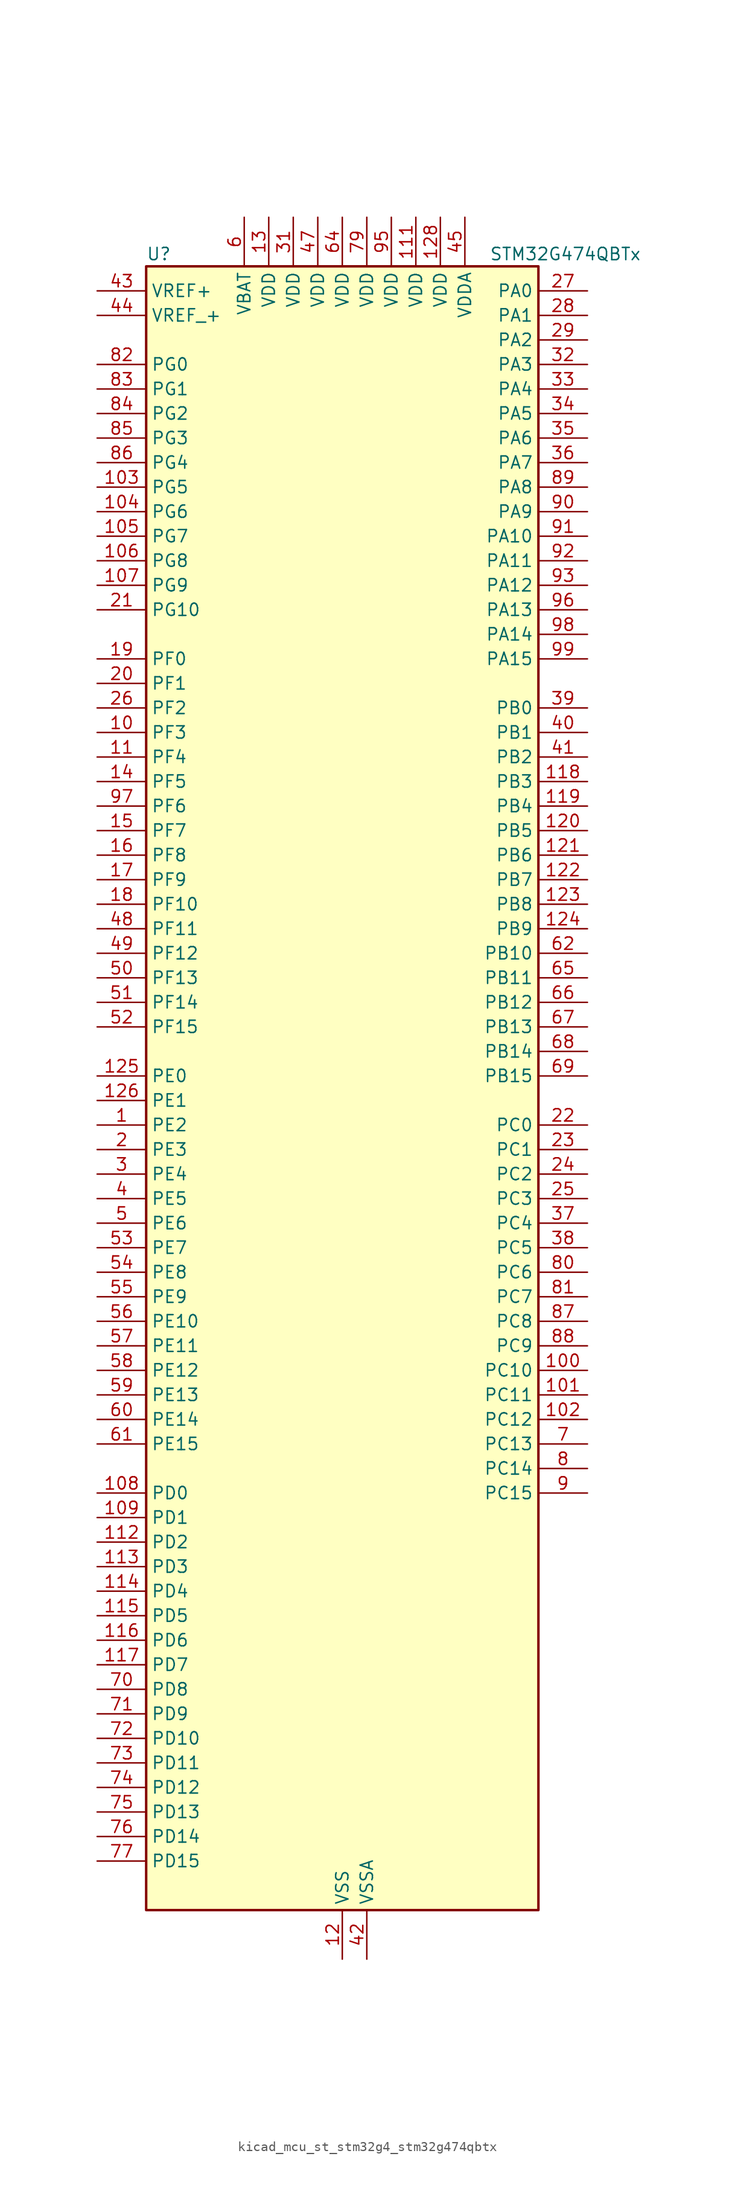
<source format=kicad_sym>
(kicad_symbol_lib
  (version 20220914)
  (generator kicad_symbol_editor)
  (symbol "kicad_mcu_st_stm32g4_stm32g474qbtx"
    (property "Reference" "U"
      (at -20.32 87.63 0)
      (effects (font (size 1.27 1.27)) (justify left)))
    (property "Value" "STM32G474QBTx"
      (at 15.24 87.63 0)
      (effects (font (size 1.27 1.27)) (justify left)))
    (property "ki_locked" ""
      (at 0 0 0)
      (effects (font (size 1.27 1.27))))
    (symbol "kicad_mcu_st_stm32g4_stm32g474qbtx_0_1"
      (rectangle (start -20.32 -83.82) (end 20.32 86.36) (stroke (width 0.254) (type default)) (fill (type background))))
    (symbol "kicad_mcu_st_stm32g4_stm32g474qbtx_1_1"
      (pin bidirectional line (at -25.4 -2.54 0) (length 5.08) (name "PE2" (effects (font (size 1.27 1.27)))) (number "1" (effects (font (size 1.27 1.27)))) (alternate "ADC3_EXTI2" bidirectional line) (alternate "ADC4_EXTI2" bidirectional line) (alternate "ADC5_EXTI2" bidirectional line) (alternate "FMC_A23" bidirectional line) (alternate "SAI1_CK1" bidirectional line) (alternate "SAI1_MCLK_A" bidirectional line) (alternate "SPI4_SCK" bidirectional line) (alternate "SYS_TRACECLK" bidirectional line) (alternate "TIM20_CH1" bidirectional line) (alternate "TIM3_CH1" bidirectional line))
      (pin bidirectional line (at -25.4 38.1 0) (length 5.08) (name "PF3" (effects (font (size 1.27 1.27)))) (number "10" (effects (font (size 1.27 1.27)))) (alternate "ADC3_EXTI3" bidirectional line) (alternate "ADC4_EXTI3" bidirectional line) (alternate "ADC5_EXTI3" bidirectional line) (alternate "FMC_A3" bidirectional line) (alternate "I2C3_SCL" bidirectional line) (alternate "TIM20_CH4" bidirectional line))
      (pin bidirectional line (at 25.4 -27.94 180) (length 5.08) (name "PC10" (effects (font (size 1.27 1.27)))) (number "100" (effects (font (size 1.27 1.27)))) (alternate "DAC1_EXTI10" bidirectional line) (alternate "DAC2_EXTI10" bidirectional line) (alternate "DAC3_EXTI10" bidirectional line) (alternate "DAC4_EXTI10" bidirectional line) (alternate "HRTIM1_FLT6" bidirectional line) (alternate "I2S3_CK" bidirectional line) (alternate "SPI3_SCK" bidirectional line) (alternate "TIM8_CH1N" bidirectional line) (alternate "UART4_TX" bidirectional line) (alternate "USART3_TX" bidirectional line))
      (pin bidirectional line (at 25.4 -30.48 180) (length 5.08) (name "PC11" (effects (font (size 1.27 1.27)))) (number "101" (effects (font (size 1.27 1.27)))) (alternate "ADC1_EXTI11" bidirectional line) (alternate "ADC2_EXTI11" bidirectional line) (alternate "HRTIM1_EEV2" bidirectional line) (alternate "I2C3_SDA" bidirectional line) (alternate "SPI3_MISO" bidirectional line) (alternate "TIM8_CH2N" bidirectional line) (alternate "UART4_RX" bidirectional line) (alternate "USART3_RX" bidirectional line))
      (pin bidirectional line (at 25.4 -33.02 180) (length 5.08) (name "PC12" (effects (font (size 1.27 1.27)))) (number "102" (effects (font (size 1.27 1.27)))) (alternate "HRTIM1_EEV1" bidirectional line) (alternate "I2S3_SD" bidirectional line) (alternate "SPI3_MOSI" bidirectional line) (alternate "TIM5_CH2" bidirectional line) (alternate "TIM8_CH3N" bidirectional line) (alternate "UART5_TX" bidirectional line) (alternate "UCPD1_FRSTX1" bidirectional line) (alternate "UCPD1_FRSTX2" bidirectional line) (alternate "USART3_CK" bidirectional line))
      (pin bidirectional line (at -25.4 63.5 0) (length 5.08) (name "PG5" (effects (font (size 1.27 1.27)))) (number "103" (effects (font (size 1.27 1.27)))) (alternate "FMC_A15" bidirectional line) (alternate "LPUART1_CTS" bidirectional line) (alternate "SPI1_NSS" bidirectional line) (alternate "TIM20_ETR" bidirectional line))
      (pin bidirectional line (at -25.4 60.96 0) (length 5.08) (name "PG6" (effects (font (size 1.27 1.27)))) (number "104" (effects (font (size 1.27 1.27)))) (alternate "FMC_INT" bidirectional line) (alternate "I2C3_SMBA" bidirectional line) (alternate "LPUART1_DE" bidirectional line) (alternate "LPUART1_RTS" bidirectional line) (alternate "TIM20_BKIN" bidirectional line))
      (pin bidirectional line (at -25.4 58.42 0) (length 5.08) (name "PG7" (effects (font (size 1.27 1.27)))) (number "105" (effects (font (size 1.27 1.27)))) (alternate "FMC_INT" bidirectional line) (alternate "I2C3_SCL" bidirectional line) (alternate "LPUART1_TX" bidirectional line) (alternate "SAI1_CK1" bidirectional line) (alternate "SAI1_MCLK_A" bidirectional line))
      (pin bidirectional line (at -25.4 55.88 0) (length 5.08) (name "PG8" (effects (font (size 1.27 1.27)))) (number "106" (effects (font (size 1.27 1.27)))) (alternate "FMC_NE3" bidirectional line) (alternate "I2C3_SDA" bidirectional line) (alternate "LPUART1_RX" bidirectional line))
      (pin bidirectional line (at -25.4 53.34 0) (length 5.08) (name "PG9" (effects (font (size 1.27 1.27)))) (number "107" (effects (font (size 1.27 1.27)))) (alternate "DAC1_EXTI9" bidirectional line) (alternate "DAC2_EXTI9" bidirectional line) (alternate "DAC3_EXTI9" bidirectional line) (alternate "DAC4_EXTI9" bidirectional line) (alternate "FMC_NCE" bidirectional line) (alternate "FMC_NE2" bidirectional line) (alternate "SPI3_SCK" bidirectional line) (alternate "TIM15_CH1N" bidirectional line) (alternate "USART1_TX" bidirectional line))
      (pin bidirectional line (at -25.4 -40.64 0) (length 5.08) (name "PD0" (effects (font (size 1.27 1.27)))) (number "108" (effects (font (size 1.27 1.27)))) (alternate "FDCAN1_RX" bidirectional line) (alternate "FMC_D2" bidirectional line) (alternate "FMC_DA2" bidirectional line) (alternate "TIM8_CH4N" bidirectional line))
      (pin bidirectional line (at -25.4 -43.18 0) (length 5.08) (name "PD1" (effects (font (size 1.27 1.27)))) (number "109" (effects (font (size 1.27 1.27)))) (alternate "FDCAN1_TX" bidirectional line) (alternate "FMC_D3" bidirectional line) (alternate "FMC_DA3" bidirectional line) (alternate "TIM8_BKIN2" bidirectional line) (alternate "TIM8_CH4" bidirectional line))
      (pin bidirectional line (at -25.4 35.56 0) (length 5.08) (name "PF4" (effects (font (size 1.27 1.27)))) (number "11" (effects (font (size 1.27 1.27)))) (alternate "COMP1_OUT" bidirectional line) (alternate "FMC_A4" bidirectional line) (alternate "I2C3_SDA" bidirectional line) (alternate "TIM20_CH1N" bidirectional line))
      (pin passive line (at 0 -88.9 90) (length 5.08) hide (name "VSS" (effects (font (size 1.27 1.27)))) (number "110" (effects (font (size 1.27 1.27)))))
      (pin power_in line (at 7.62 91.44 270) (length 5.08) (name "VDD" (effects (font (size 1.27 1.27)))) (number "111" (effects (font (size 1.27 1.27)))))
      (pin bidirectional line (at -25.4 -45.72 0) (length 5.08) (name "PD2" (effects (font (size 1.27 1.27)))) (number "112" (effects (font (size 1.27 1.27)))) (alternate "ADC3_EXTI2" bidirectional line) (alternate "ADC4_EXTI2" bidirectional line) (alternate "ADC5_EXTI2" bidirectional line) (alternate "TIM3_ETR" bidirectional line) (alternate "TIM8_BKIN" bidirectional line) (alternate "UART5_RX" bidirectional line))
      (pin bidirectional line (at -25.4 -48.26 0) (length 5.08) (name "PD3" (effects (font (size 1.27 1.27)))) (number "113" (effects (font (size 1.27 1.27)))) (alternate "ADC3_EXTI3" bidirectional line) (alternate "ADC4_EXTI3" bidirectional line) (alternate "ADC5_EXTI3" bidirectional line) (alternate "FMC_CLK" bidirectional line) (alternate "QUADSPI1_BK2_NCS" bidirectional line) (alternate "TIM2_CH1" bidirectional line) (alternate "TIM2_ETR" bidirectional line) (alternate "USART2_CTS" bidirectional line) (alternate "USART2_NSS" bidirectional line))
      (pin bidirectional line (at -25.4 -50.8 0) (length 5.08) (name "PD4" (effects (font (size 1.27 1.27)))) (number "114" (effects (font (size 1.27 1.27)))) (alternate "FMC_NOE" bidirectional line) (alternate "QUADSPI1_BK2_IO0" bidirectional line) (alternate "TIM2_CH2" bidirectional line) (alternate "USART2_DE" bidirectional line) (alternate "USART2_RTS" bidirectional line))
      (pin bidirectional line (at -25.4 -53.34 0) (length 5.08) (name "PD5" (effects (font (size 1.27 1.27)))) (number "115" (effects (font (size 1.27 1.27)))) (alternate "FMC_NWE" bidirectional line) (alternate "QUADSPI1_BK2_IO1" bidirectional line) (alternate "USART2_TX" bidirectional line))
      (pin bidirectional line (at -25.4 -55.88 0) (length 5.08) (name "PD6" (effects (font (size 1.27 1.27)))) (number "116" (effects (font (size 1.27 1.27)))) (alternate "FMC_NWAIT" bidirectional line) (alternate "QUADSPI1_BK2_IO2" bidirectional line) (alternate "SAI1_D1" bidirectional line) (alternate "SAI1_SD_A" bidirectional line) (alternate "TIM2_CH4" bidirectional line) (alternate "USART2_RX" bidirectional line))
      (pin bidirectional line (at -25.4 -58.42 0) (length 5.08) (name "PD7" (effects (font (size 1.27 1.27)))) (number "117" (effects (font (size 1.27 1.27)))) (alternate "FMC_NCE" bidirectional line) (alternate "FMC_NE1" bidirectional line) (alternate "QUADSPI1_BK2_IO3" bidirectional line) (alternate "TIM2_CH3" bidirectional line) (alternate "USART2_CK" bidirectional line))
      (pin bidirectional line (at 25.4 33.02 180) (length 5.08) (name "PB3" (effects (font (size 1.27 1.27)))) (number "118" (effects (font (size 1.27 1.27)))) (alternate "ADC3_EXTI3" bidirectional line) (alternate "ADC4_EXTI3" bidirectional line) (alternate "ADC5_EXTI3" bidirectional line) (alternate "CRS_SYNC" bidirectional line) (alternate "FDCAN3_RX" bidirectional line) (alternate "HRTIM1_EEV9" bidirectional line) (alternate "HRTIM1_SCOUT" bidirectional line) (alternate "I2S3_CK" bidirectional line) (alternate "SAI1_SCK_B" bidirectional line) (alternate "SPI1_SCK" bidirectional line) (alternate "SPI3_SCK" bidirectional line) (alternate "SYS_JTDO-SWO" bidirectional line) (alternate "TIM2_CH2" bidirectional line) (alternate "TIM3_ETR" bidirectional line) (alternate "TIM4_ETR" bidirectional line) (alternate "TIM8_CH1N" bidirectional line) (alternate "USART2_TX" bidirectional line))
      (pin bidirectional line (at 25.4 30.48 180) (length 5.08) (name "PB4" (effects (font (size 1.27 1.27)))) (number "119" (effects (font (size 1.27 1.27)))) (alternate "FDCAN3_TX" bidirectional line) (alternate "HRTIM1_EEV7" bidirectional line) (alternate "SAI1_MCLK_B" bidirectional line) (alternate "SPI1_MISO" bidirectional line) (alternate "SPI3_MISO" bidirectional line) (alternate "SYS_JTRST" bidirectional line) (alternate "TIM16_CH1" bidirectional line) (alternate "TIM17_BKIN" bidirectional line) (alternate "TIM3_CH1" bidirectional line) (alternate "TIM8_CH2N" bidirectional line) (alternate "UART5_DE" bidirectional line) (alternate "UART5_RTS" bidirectional line) (alternate "UCPD1_CC2" bidirectional line) (alternate "USART2_RX" bidirectional line))
      (pin power_in line (at 0 -88.9 90) (length 5.08) (name "VSS" (effects (font (size 1.27 1.27)))) (number "12" (effects (font (size 1.27 1.27)))))
      (pin bidirectional line (at 25.4 27.94 180) (length 5.08) (name "PB5" (effects (font (size 1.27 1.27)))) (number "120" (effects (font (size 1.27 1.27)))) (alternate "FDCAN2_RX" bidirectional line) (alternate "HRTIM1_EEV6" bidirectional line) (alternate "I2C1_SMBA" bidirectional line) (alternate "I2C3_SDA" bidirectional line) (alternate "I2S3_SD" bidirectional line) (alternate "LPTIM1_IN1" bidirectional line) (alternate "SAI1_SD_B" bidirectional line) (alternate "SPI1_MOSI" bidirectional line) (alternate "SPI3_MOSI" bidirectional line) (alternate "TIM16_BKIN" bidirectional line) (alternate "TIM17_CH1" bidirectional line) (alternate "TIM3_CH2" bidirectional line) (alternate "TIM8_CH3N" bidirectional line) (alternate "UART5_CTS" bidirectional line) (alternate "USART2_CK" bidirectional line))
      (pin bidirectional line (at 25.4 25.4 180) (length 5.08) (name "PB6" (effects (font (size 1.27 1.27)))) (number "121" (effects (font (size 1.27 1.27)))) (alternate "COMP4_OUT" bidirectional line) (alternate "FDCAN2_TX" bidirectional line) (alternate "HRTIM1_EEV4" bidirectional line) (alternate "HRTIM1_SCIN" bidirectional line) (alternate "LPTIM1_ETR" bidirectional line) (alternate "SAI1_FS_B" bidirectional line) (alternate "TIM16_CH1N" bidirectional line) (alternate "TIM4_CH1" bidirectional line) (alternate "TIM8_BKIN2" bidirectional line) (alternate "TIM8_CH1" bidirectional line) (alternate "TIM8_ETR" bidirectional line) (alternate "UCPD1_CC1" bidirectional line) (alternate "USART1_TX" bidirectional line))
      (pin bidirectional line (at 25.4 22.86 180) (length 5.08) (name "PB7" (effects (font (size 1.27 1.27)))) (number "122" (effects (font (size 1.27 1.27)))) (alternate "COMP3_OUT" bidirectional line) (alternate "FMC_NL" bidirectional line) (alternate "HRTIM1_EEV3" bidirectional line) (alternate "I2C1_SDA" bidirectional line) (alternate "I2C4_SDA" bidirectional line) (alternate "LPTIM1_IN2" bidirectional line) (alternate "SYS_PVD_IN" bidirectional line) (alternate "TIM17_CH1N" bidirectional line) (alternate "TIM3_CH4" bidirectional line) (alternate "TIM4_CH2" bidirectional line) (alternate "TIM8_BKIN" bidirectional line) (alternate "UART4_CTS" bidirectional line) (alternate "USART1_RX" bidirectional line))
      (pin bidirectional line (at 25.4 20.32 180) (length 5.08) (name "PB8" (effects (font (size 1.27 1.27)))) (number "123" (effects (font (size 1.27 1.27)))) (alternate "COMP1_OUT" bidirectional line) (alternate "FDCAN1_RX" bidirectional line) (alternate "HRTIM1_EEV8" bidirectional line) (alternate "I2C1_SCL" bidirectional line) (alternate "SAI1_CK1" bidirectional line) (alternate "SAI1_MCLK_A" bidirectional line) (alternate "TIM16_CH1" bidirectional line) (alternate "TIM1_BKIN" bidirectional line) (alternate "TIM4_CH3" bidirectional line) (alternate "TIM8_CH2" bidirectional line) (alternate "USART3_RX" bidirectional line))
      (pin bidirectional line (at 25.4 17.78 180) (length 5.08) (name "PB9" (effects (font (size 1.27 1.27)))) (number "124" (effects (font (size 1.27 1.27)))) (alternate "COMP2_OUT" bidirectional line) (alternate "DAC1_EXTI9" bidirectional line) (alternate "DAC2_EXTI9" bidirectional line) (alternate "DAC3_EXTI9" bidirectional line) (alternate "DAC4_EXTI9" bidirectional line) (alternate "FDCAN1_TX" bidirectional line) (alternate "HRTIM1_EEV5" bidirectional line) (alternate "I2C1_SDA" bidirectional line) (alternate "IR_OUT" bidirectional line) (alternate "SAI1_D2" bidirectional line) (alternate "SAI1_FS_A" bidirectional line) (alternate "TIM17_CH1" bidirectional line) (alternate "TIM1_CH3N" bidirectional line) (alternate "TIM4_CH4" bidirectional line) (alternate "TIM8_CH3" bidirectional line) (alternate "USART3_TX" bidirectional line))
      (pin bidirectional line (at -25.4 2.54 0) (length 5.08) (name "PE0" (effects (font (size 1.27 1.27)))) (number "125" (effects (font (size 1.27 1.27)))) (alternate "FMC_NBL0" bidirectional line) (alternate "TIM16_CH1" bidirectional line) (alternate "TIM20_CH4N" bidirectional line) (alternate "TIM20_ETR" bidirectional line) (alternate "TIM4_ETR" bidirectional line) (alternate "USART1_TX" bidirectional line))
      (pin bidirectional line (at -25.4 0 0) (length 5.08) (name "PE1" (effects (font (size 1.27 1.27)))) (number "126" (effects (font (size 1.27 1.27)))) (alternate "FMC_NBL1" bidirectional line) (alternate "TIM17_CH1" bidirectional line) (alternate "TIM20_CH4" bidirectional line) (alternate "USART1_RX" bidirectional line))
      (pin passive line (at 0 -88.9 90) (length 5.08) hide (name "VSS" (effects (font (size 1.27 1.27)))) (number "127" (effects (font (size 1.27 1.27)))))
      (pin power_in line (at 10.16 91.44 270) (length 5.08) (name "VDD" (effects (font (size 1.27 1.27)))) (number "128" (effects (font (size 1.27 1.27)))))
      (pin power_in line (at -7.62 91.44 270) (length 5.08) (name "VDD" (effects (font (size 1.27 1.27)))) (number "13" (effects (font (size 1.27 1.27)))))
      (pin bidirectional line (at -25.4 33.02 0) (length 5.08) (name "PF5" (effects (font (size 1.27 1.27)))) (number "14" (effects (font (size 1.27 1.27)))) (alternate "FMC_A5" bidirectional line) (alternate "TIM20_CH2N" bidirectional line))
      (pin bidirectional line (at -25.4 27.94 0) (length 5.08) (name "PF7" (effects (font (size 1.27 1.27)))) (number "15" (effects (font (size 1.27 1.27)))) (alternate "FMC_A1" bidirectional line) (alternate "QUADSPI1_BK1_IO2" bidirectional line) (alternate "SAI1_MCLK_B" bidirectional line) (alternate "TIM20_BKIN" bidirectional line) (alternate "TIM5_CH2" bidirectional line))
      (pin bidirectional line (at -25.4 25.4 0) (length 5.08) (name "PF8" (effects (font (size 1.27 1.27)))) (number "16" (effects (font (size 1.27 1.27)))) (alternate "FMC_A24" bidirectional line) (alternate "QUADSPI1_BK1_IO0" bidirectional line) (alternate "SAI1_SCK_B" bidirectional line) (alternate "TIM20_BKIN2" bidirectional line) (alternate "TIM5_CH3" bidirectional line))
      (pin bidirectional line (at -25.4 22.86 0) (length 5.08) (name "PF9" (effects (font (size 1.27 1.27)))) (number "17" (effects (font (size 1.27 1.27)))) (alternate "DAC1_EXTI9" bidirectional line) (alternate "DAC2_EXTI9" bidirectional line) (alternate "DAC3_EXTI9" bidirectional line) (alternate "DAC4_EXTI9" bidirectional line) (alternate "FMC_A25" bidirectional line) (alternate "QUADSPI1_BK1_IO1" bidirectional line) (alternate "SAI1_FS_B" bidirectional line) (alternate "SPI2_SCK" bidirectional line) (alternate "TIM15_CH1" bidirectional line) (alternate "TIM20_BKIN" bidirectional line) (alternate "TIM5_CH4" bidirectional line))
      (pin bidirectional line (at -25.4 20.32 0) (length 5.08) (name "PF10" (effects (font (size 1.27 1.27)))) (number "18" (effects (font (size 1.27 1.27)))) (alternate "DAC1_EXTI10" bidirectional line) (alternate "DAC2_EXTI10" bidirectional line) (alternate "DAC3_EXTI10" bidirectional line) (alternate "DAC4_EXTI10" bidirectional line) (alternate "FMC_A0" bidirectional line) (alternate "QUADSPI1_CLK" bidirectional line) (alternate "SAI1_D3" bidirectional line) (alternate "SPI2_SCK" bidirectional line) (alternate "TIM15_CH2" bidirectional line) (alternate "TIM20_BKIN2" bidirectional line))
      (pin bidirectional line (at -25.4 45.72 0) (length 5.08) (name "PF0" (effects (font (size 1.27 1.27)))) (number "19" (effects (font (size 1.27 1.27)))) (alternate "ADC1_IN10" bidirectional line) (alternate "I2C2_SDA" bidirectional line) (alternate "I2S2_WS" bidirectional line) (alternate "RCC_OSC_IN" bidirectional line) (alternate "SPI2_NSS" bidirectional line) (alternate "TIM1_CH3N" bidirectional line))
      (pin bidirectional line (at -25.4 -5.08 0) (length 5.08) (name "PE3" (effects (font (size 1.27 1.27)))) (number "2" (effects (font (size 1.27 1.27)))) (alternate "ADC3_EXTI3" bidirectional line) (alternate "ADC4_EXTI3" bidirectional line) (alternate "ADC5_EXTI3" bidirectional line) (alternate "FMC_A19" bidirectional line) (alternate "SAI1_SD_B" bidirectional line) (alternate "SPI4_NSS" bidirectional line) (alternate "SYS_TRACED0" bidirectional line) (alternate "TIM20_CH2" bidirectional line) (alternate "TIM3_CH2" bidirectional line))
      (pin bidirectional line (at -25.4 43.18 0) (length 5.08) (name "PF1" (effects (font (size 1.27 1.27)))) (number "20" (effects (font (size 1.27 1.27)))) (alternate "ADC2_IN10" bidirectional line) (alternate "COMP3_INM" bidirectional line) (alternate "I2S2_CK" bidirectional line) (alternate "RCC_OSC_OUT" bidirectional line) (alternate "SPI2_SCK" bidirectional line))
      (pin bidirectional line (at -25.4 50.8 0) (length 5.08) (name "PG10" (effects (font (size 1.27 1.27)))) (number "21" (effects (font (size 1.27 1.27)))) (alternate "DAC1_EXTI10" bidirectional line) (alternate "DAC2_EXTI10" bidirectional line) (alternate "DAC3_EXTI10" bidirectional line) (alternate "DAC4_EXTI10" bidirectional line) (alternate "RCC_MCO" bidirectional line))
      (pin bidirectional line (at 25.4 -2.54 180) (length 5.08) (name "PC0" (effects (font (size 1.27 1.27)))) (number "22" (effects (font (size 1.27 1.27)))) (alternate "ADC1_IN6" bidirectional line) (alternate "ADC2_IN6" bidirectional line) (alternate "COMP3_INM" bidirectional line) (alternate "LPTIM1_IN1" bidirectional line) (alternate "LPUART1_RX" bidirectional line) (alternate "TIM1_CH1" bidirectional line))
      (pin bidirectional line (at 25.4 -5.08 180) (length 5.08) (name "PC1" (effects (font (size 1.27 1.27)))) (number "23" (effects (font (size 1.27 1.27)))) (alternate "ADC1_IN7" bidirectional line) (alternate "ADC2_IN7" bidirectional line) (alternate "COMP3_INP" bidirectional line) (alternate "LPTIM1_OUT" bidirectional line) (alternate "LPUART1_TX" bidirectional line) (alternate "QUADSPI1_BK2_IO0" bidirectional line) (alternate "SAI1_SD_A" bidirectional line) (alternate "TIM1_CH2" bidirectional line))
      (pin bidirectional line (at 25.4 -7.62 180) (length 5.08) (name "PC2" (effects (font (size 1.27 1.27)))) (number "24" (effects (font (size 1.27 1.27)))) (alternate "ADC1_IN8" bidirectional line) (alternate "ADC2_IN8" bidirectional line) (alternate "ADC3_EXTI2" bidirectional line) (alternate "ADC4_EXTI2" bidirectional line) (alternate "ADC5_EXTI2" bidirectional line) (alternate "COMP3_OUT" bidirectional line) (alternate "LPTIM1_IN2" bidirectional line) (alternate "QUADSPI1_BK2_IO1" bidirectional line) (alternate "TIM1_CH3" bidirectional line) (alternate "TIM20_CH2" bidirectional line))
      (pin bidirectional line (at 25.4 -10.16 180) (length 5.08) (name "PC3" (effects (font (size 1.27 1.27)))) (number "25" (effects (font (size 1.27 1.27)))) (alternate "ADC1_IN9" bidirectional line) (alternate "ADC2_IN9" bidirectional line) (alternate "ADC3_EXTI3" bidirectional line) (alternate "ADC4_EXTI3" bidirectional line) (alternate "ADC5_EXTI3" bidirectional line) (alternate "LPTIM1_ETR" bidirectional line) (alternate "OPAMP5_VINP" bidirectional line) (alternate "OPAMP5_VINP_SEC" bidirectional line) (alternate "QUADSPI1_BK2_IO2" bidirectional line) (alternate "SAI1_D1" bidirectional line) (alternate "SAI1_SD_A" bidirectional line) (alternate "TIM1_BKIN2" bidirectional line) (alternate "TIM1_CH4" bidirectional line))
      (pin bidirectional line (at -25.4 40.64 0) (length 5.08) (name "PF2" (effects (font (size 1.27 1.27)))) (number "26" (effects (font (size 1.27 1.27)))) (alternate "ADC3_EXTI2" bidirectional line) (alternate "ADC4_EXTI2" bidirectional line) (alternate "ADC5_EXTI2" bidirectional line) (alternate "FMC_A2" bidirectional line) (alternate "I2C2_SMBA" bidirectional line) (alternate "TIM20_CH3" bidirectional line))
      (pin bidirectional line (at 25.4 83.82 180) (length 5.08) (name "PA0" (effects (font (size 1.27 1.27)))) (number "27" (effects (font (size 1.27 1.27)))) (alternate "ADC1_IN1" bidirectional line) (alternate "ADC2_IN1" bidirectional line) (alternate "COMP1_INM" bidirectional line) (alternate "COMP1_OUT" bidirectional line) (alternate "COMP3_INP" bidirectional line) (alternate "RTC_TAMP2" bidirectional line) (alternate "SYS_WKUP1" bidirectional line) (alternate "TIM2_CH1" bidirectional line) (alternate "TIM2_ETR" bidirectional line) (alternate "TIM5_CH1" bidirectional line) (alternate "TIM8_BKIN" bidirectional line) (alternate "TIM8_ETR" bidirectional line) (alternate "USART2_CTS" bidirectional line) (alternate "USART2_NSS" bidirectional line))
      (pin bidirectional line (at 25.4 81.28 180) (length 5.08) (name "PA1" (effects (font (size 1.27 1.27)))) (number "28" (effects (font (size 1.27 1.27)))) (alternate "ADC1_IN2" bidirectional line) (alternate "ADC2_IN2" bidirectional line) (alternate "COMP1_INP" bidirectional line) (alternate "OPAMP1_VINP" bidirectional line) (alternate "OPAMP1_VINP_SEC" bidirectional line) (alternate "OPAMP3_VINP" bidirectional line) (alternate "OPAMP3_VINP_SEC" bidirectional line) (alternate "OPAMP6_VINM" bidirectional line) (alternate "OPAMP6_VINM0" bidirectional line) (alternate "OPAMP6_VINM_SEC" bidirectional line) (alternate "RTC_REFIN" bidirectional line) (alternate "TIM15_CH1N" bidirectional line) (alternate "TIM2_CH2" bidirectional line) (alternate "TIM5_CH2" bidirectional line) (alternate "USART2_DE" bidirectional line) (alternate "USART2_RTS" bidirectional line))
      (pin bidirectional line (at 25.4 78.74 180) (length 5.08) (name "PA2" (effects (font (size 1.27 1.27)))) (number "29" (effects (font (size 1.27 1.27)))) (alternate "ADC1_IN3" bidirectional line) (alternate "ADC3_EXTI2" bidirectional line) (alternate "ADC4_EXTI2" bidirectional line) (alternate "ADC5_EXTI2" bidirectional line) (alternate "COMP2_INM" bidirectional line) (alternate "COMP2_OUT" bidirectional line) (alternate "LPUART1_TX" bidirectional line) (alternate "OPAMP1_VOUT" bidirectional line) (alternate "QUADSPI1_BK1_NCS" bidirectional line) (alternate "RCC_LSCO" bidirectional line) (alternate "SYS_WKUP4" bidirectional line) (alternate "TIM15_CH1" bidirectional line) (alternate "TIM2_CH3" bidirectional line) (alternate "TIM5_CH3" bidirectional line) (alternate "UCPD1_FRSTX1" bidirectional line) (alternate "UCPD1_FRSTX2" bidirectional line) (alternate "USART2_TX" bidirectional line))
      (pin bidirectional line (at -25.4 -7.62 0) (length 5.08) (name "PE4" (effects (font (size 1.27 1.27)))) (number "3" (effects (font (size 1.27 1.27)))) (alternate "FMC_A20" bidirectional line) (alternate "SAI1_D2" bidirectional line) (alternate "SAI1_FS_A" bidirectional line) (alternate "SPI4_NSS" bidirectional line) (alternate "SYS_TRACED1" bidirectional line) (alternate "TIM20_CH1N" bidirectional line) (alternate "TIM3_CH3" bidirectional line))
      (pin passive line (at 0 -88.9 90) (length 5.08) hide (name "VSS" (effects (font (size 1.27 1.27)))) (number "30" (effects (font (size 1.27 1.27)))))
      (pin power_in line (at -5.08 91.44 270) (length 5.08) (name "VDD" (effects (font (size 1.27 1.27)))) (number "31" (effects (font (size 1.27 1.27)))))
      (pin bidirectional line (at 25.4 76.2 180) (length 5.08) (name "PA3" (effects (font (size 1.27 1.27)))) (number "32" (effects (font (size 1.27 1.27)))) (alternate "ADC1_IN4" bidirectional line) (alternate "ADC3_EXTI3" bidirectional line) (alternate "ADC4_EXTI3" bidirectional line) (alternate "ADC5_EXTI3" bidirectional line) (alternate "COMP2_INP" bidirectional line) (alternate "LPUART1_RX" bidirectional line) (alternate "OPAMP1_VINM" bidirectional line) (alternate "OPAMP1_VINM0" bidirectional line) (alternate "OPAMP1_VINM_SEC" bidirectional line) (alternate "OPAMP1_VINP" bidirectional line) (alternate "OPAMP1_VINP_SEC" bidirectional line) (alternate "OPAMP5_VINM" bidirectional line) (alternate "OPAMP5_VINM1" bidirectional line) (alternate "OPAMP5_VINM_SEC" bidirectional line) (alternate "QUADSPI1_CLK" bidirectional line) (alternate "SAI1_CK1" bidirectional line) (alternate "SAI1_MCLK_A" bidirectional line) (alternate "TIM15_CH2" bidirectional line) (alternate "TIM2_CH4" bidirectional line) (alternate "TIM5_CH4" bidirectional line) (alternate "USART2_RX" bidirectional line))
      (pin bidirectional line (at 25.4 73.66 180) (length 5.08) (name "PA4" (effects (font (size 1.27 1.27)))) (number "33" (effects (font (size 1.27 1.27)))) (alternate "ADC2_IN17" bidirectional line) (alternate "COMP1_INM" bidirectional line) (alternate "DAC1_OUT1" bidirectional line) (alternate "I2S3_WS" bidirectional line) (alternate "SAI1_FS_B" bidirectional line) (alternate "SPI1_NSS" bidirectional line) (alternate "SPI3_NSS" bidirectional line) (alternate "TIM3_CH2" bidirectional line) (alternate "USART2_CK" bidirectional line))
      (pin bidirectional line (at 25.4 71.12 180) (length 5.08) (name "PA5" (effects (font (size 1.27 1.27)))) (number "34" (effects (font (size 1.27 1.27)))) (alternate "ADC2_IN13" bidirectional line) (alternate "COMP2_INM" bidirectional line) (alternate "DAC1_OUT2" bidirectional line) (alternate "OPAMP2_VINM" bidirectional line) (alternate "OPAMP2_VINM0" bidirectional line) (alternate "OPAMP2_VINM_SEC" bidirectional line) (alternate "SPI1_SCK" bidirectional line) (alternate "TIM2_CH1" bidirectional line) (alternate "TIM2_ETR" bidirectional line) (alternate "UCPD1_FRSTX1" bidirectional line) (alternate "UCPD1_FRSTX2" bidirectional line))
      (pin bidirectional line (at 25.4 68.58 180) (length 5.08) (name "PA6" (effects (font (size 1.27 1.27)))) (number "35" (effects (font (size 1.27 1.27)))) (alternate "ADC2_IN3" bidirectional line) (alternate "COMP1_OUT" bidirectional line) (alternate "DAC2_OUT1" bidirectional line) (alternate "LPUART1_CTS" bidirectional line) (alternate "OPAMP2_VOUT" bidirectional line) (alternate "QUADSPI1_BK1_IO3" bidirectional line) (alternate "SPI1_MISO" bidirectional line) (alternate "TIM16_CH1" bidirectional line) (alternate "TIM1_BKIN" bidirectional line) (alternate "TIM3_CH1" bidirectional line) (alternate "TIM8_BKIN" bidirectional line))
      (pin bidirectional line (at 25.4 66.04 180) (length 5.08) (name "PA7" (effects (font (size 1.27 1.27)))) (number "36" (effects (font (size 1.27 1.27)))) (alternate "ADC2_IN4" bidirectional line) (alternate "COMP2_INP" bidirectional line) (alternate "COMP2_OUT" bidirectional line) (alternate "OPAMP1_VINP" bidirectional line) (alternate "OPAMP1_VINP_SEC" bidirectional line) (alternate "OPAMP2_VINP" bidirectional line) (alternate "OPAMP2_VINP_SEC" bidirectional line) (alternate "QUADSPI1_BK1_IO2" bidirectional line) (alternate "SPI1_MOSI" bidirectional line) (alternate "TIM17_CH1" bidirectional line) (alternate "TIM1_CH1N" bidirectional line) (alternate "TIM3_CH2" bidirectional line) (alternate "TIM8_CH1N" bidirectional line) (alternate "UCPD1_FRSTX1" bidirectional line) (alternate "UCPD1_FRSTX2" bidirectional line))
      (pin bidirectional line (at 25.4 -12.7 180) (length 5.08) (name "PC4" (effects (font (size 1.27 1.27)))) (number "37" (effects (font (size 1.27 1.27)))) (alternate "ADC2_IN5" bidirectional line) (alternate "I2C2_SCL" bidirectional line) (alternate "QUADSPI1_BK2_IO3" bidirectional line) (alternate "TIM1_ETR" bidirectional line) (alternate "USART1_TX" bidirectional line))
      (pin bidirectional line (at 25.4 -15.24 180) (length 5.08) (name "PC5" (effects (font (size 1.27 1.27)))) (number "38" (effects (font (size 1.27 1.27)))) (alternate "ADC2_IN11" bidirectional line) (alternate "HRTIM1_EEV10" bidirectional line) (alternate "OPAMP1_VINM" bidirectional line) (alternate "OPAMP1_VINM1" bidirectional line) (alternate "OPAMP1_VINM_SEC" bidirectional line) (alternate "OPAMP2_VINM" bidirectional line) (alternate "OPAMP2_VINM1" bidirectional line) (alternate "OPAMP2_VINM_SEC" bidirectional line) (alternate "SAI1_D3" bidirectional line) (alternate "SYS_WKUP5" bidirectional line) (alternate "TIM15_BKIN" bidirectional line) (alternate "TIM1_CH4N" bidirectional line) (alternate "USART1_RX" bidirectional line))
      (pin bidirectional line (at 25.4 40.64 180) (length 5.08) (name "PB0" (effects (font (size 1.27 1.27)))) (number "39" (effects (font (size 1.27 1.27)))) (alternate "ADC1_IN15" bidirectional line) (alternate "ADC3_IN12" bidirectional line) (alternate "COMP4_INP" bidirectional line) (alternate "HRTIM1_FLT5" bidirectional line) (alternate "OPAMP2_VINP" bidirectional line) (alternate "OPAMP2_VINP_SEC" bidirectional line) (alternate "OPAMP3_VINP" bidirectional line) (alternate "OPAMP3_VINP_SEC" bidirectional line) (alternate "QUADSPI1_BK1_IO1" bidirectional line) (alternate "TIM1_CH2N" bidirectional line) (alternate "TIM3_CH3" bidirectional line) (alternate "TIM8_CH2N" bidirectional line) (alternate "UCPD1_FRSTX1" bidirectional line) (alternate "UCPD1_FRSTX2" bidirectional line))
      (pin bidirectional line (at -25.4 -10.16 0) (length 5.08) (name "PE5" (effects (font (size 1.27 1.27)))) (number "4" (effects (font (size 1.27 1.27)))) (alternate "FMC_A21" bidirectional line) (alternate "SAI1_CK2" bidirectional line) (alternate "SAI1_SCK_A" bidirectional line) (alternate "SPI4_MISO" bidirectional line) (alternate "SYS_TRACED2" bidirectional line) (alternate "TIM20_CH2N" bidirectional line) (alternate "TIM3_CH4" bidirectional line))
      (pin bidirectional line (at 25.4 38.1 180) (length 5.08) (name "PB1" (effects (font (size 1.27 1.27)))) (number "40" (effects (font (size 1.27 1.27)))) (alternate "ADC1_IN12" bidirectional line) (alternate "ADC3_IN1" bidirectional line) (alternate "COMP1_INP" bidirectional line) (alternate "COMP4_OUT" bidirectional line) (alternate "HRTIM1_SCOUT" bidirectional line) (alternate "LPUART1_DE" bidirectional line) (alternate "LPUART1_RTS" bidirectional line) (alternate "OPAMP3_VOUT" bidirectional line) (alternate "OPAMP6_VINM" bidirectional line) (alternate "OPAMP6_VINM1" bidirectional line) (alternate "OPAMP6_VINM_SEC" bidirectional line) (alternate "QUADSPI1_BK1_IO0" bidirectional line) (alternate "TIM1_CH3N" bidirectional line) (alternate "TIM3_CH4" bidirectional line) (alternate "TIM8_CH3N" bidirectional line))
      (pin bidirectional line (at 25.4 35.56 180) (length 5.08) (name "PB2" (effects (font (size 1.27 1.27)))) (number "41" (effects (font (size 1.27 1.27)))) (alternate "ADC2_IN12" bidirectional line) (alternate "ADC3_EXTI2" bidirectional line) (alternate "ADC4_EXTI2" bidirectional line) (alternate "ADC5_EXTI2" bidirectional line) (alternate "COMP4_INM" bidirectional line) (alternate "HRTIM1_SCIN" bidirectional line) (alternate "I2C3_SMBA" bidirectional line) (alternate "LPTIM1_OUT" bidirectional line) (alternate "OPAMP3_VINM" bidirectional line) (alternate "OPAMP3_VINM0" bidirectional line) (alternate "OPAMP3_VINM_SEC" bidirectional line) (alternate "QUADSPI1_BK2_IO1" bidirectional line) (alternate "RTC_OUT2" bidirectional line) (alternate "TIM20_CH1" bidirectional line) (alternate "TIM5_CH1" bidirectional line))
      (pin power_in line (at 2.54 -88.9 90) (length 5.08) (name "VSSA" (effects (font (size 1.27 1.27)))) (number "42" (effects (font (size 1.27 1.27)))))
      (pin input line (at -25.4 83.82 0) (length 5.08) (name "VREF+" (effects (font (size 1.27 1.27)))) (number "43" (effects (font (size 1.27 1.27)))) (alternate "VREFBUF_OUT1" bidirectional line))
      (pin input line (at -25.4 81.28 0) (length 5.08) (name "VREF_+" (effects (font (size 1.27 1.27)))) (number "44" (effects (font (size 1.27 1.27)))) (alternate "VREFBUF_OUT2" bidirectional line))
      (pin power_in line (at 12.7 91.44 270) (length 5.08) (name "VDDA" (effects (font (size 1.27 1.27)))) (number "45" (effects (font (size 1.27 1.27)))))
      (pin passive line (at 0 -88.9 90) (length 5.08) hide (name "VSS" (effects (font (size 1.27 1.27)))) (number "46" (effects (font (size 1.27 1.27)))))
      (pin power_in line (at -2.54 91.44 270) (length 5.08) (name "VDD" (effects (font (size 1.27 1.27)))) (number "47" (effects (font (size 1.27 1.27)))))
      (pin bidirectional line (at -25.4 17.78 0) (length 5.08) (name "PF11" (effects (font (size 1.27 1.27)))) (number "48" (effects (font (size 1.27 1.27)))) (alternate "ADC1_EXTI11" bidirectional line) (alternate "ADC2_EXTI11" bidirectional line) (alternate "FMC_NE4" bidirectional line) (alternate "TIM20_ETR" bidirectional line))
      (pin bidirectional line (at -25.4 15.24 0) (length 5.08) (name "PF12" (effects (font (size 1.27 1.27)))) (number "49" (effects (font (size 1.27 1.27)))) (alternate "FMC_A6" bidirectional line) (alternate "TIM20_CH1" bidirectional line))
      (pin bidirectional line (at -25.4 -12.7 0) (length 5.08) (name "PE6" (effects (font (size 1.27 1.27)))) (number "5" (effects (font (size 1.27 1.27)))) (alternate "FMC_A22" bidirectional line) (alternate "RTC_TAMP3" bidirectional line) (alternate "SAI1_D1" bidirectional line) (alternate "SAI1_SD_A" bidirectional line) (alternate "SPI4_MOSI" bidirectional line) (alternate "SYS_TRACED3" bidirectional line) (alternate "SYS_WKUP3" bidirectional line) (alternate "TIM20_CH3N" bidirectional line))
      (pin bidirectional line (at -25.4 12.7 0) (length 5.08) (name "PF13" (effects (font (size 1.27 1.27)))) (number "50" (effects (font (size 1.27 1.27)))) (alternate "FMC_A7" bidirectional line) (alternate "I2C4_SMBA" bidirectional line) (alternate "TIM20_CH2" bidirectional line))
      (pin bidirectional line (at -25.4 10.16 0) (length 5.08) (name "PF14" (effects (font (size 1.27 1.27)))) (number "51" (effects (font (size 1.27 1.27)))) (alternate "FMC_A8" bidirectional line) (alternate "I2C4_SCL" bidirectional line) (alternate "TIM20_CH3" bidirectional line))
      (pin bidirectional line (at -25.4 7.62 0) (length 5.08) (name "PF15" (effects (font (size 1.27 1.27)))) (number "52" (effects (font (size 1.27 1.27)))) (alternate "ADC1_EXTI15" bidirectional line) (alternate "ADC2_EXTI15" bidirectional line) (alternate "FMC_A9" bidirectional line) (alternate "I2C4_SDA" bidirectional line) (alternate "TIM20_CH4" bidirectional line))
      (pin bidirectional line (at -25.4 -15.24 0) (length 5.08) (name "PE7" (effects (font (size 1.27 1.27)))) (number "53" (effects (font (size 1.27 1.27)))) (alternate "ADC3_IN4" bidirectional line) (alternate "COMP4_INP" bidirectional line) (alternate "FMC_D4" bidirectional line) (alternate "FMC_DA4" bidirectional line) (alternate "SAI1_SD_B" bidirectional line) (alternate "TIM1_ETR" bidirectional line))
      (pin bidirectional line (at -25.4 -17.78 0) (length 5.08) (name "PE8" (effects (font (size 1.27 1.27)))) (number "54" (effects (font (size 1.27 1.27)))) (alternate "ADC3_IN6" bidirectional line) (alternate "ADC4_IN6" bidirectional line) (alternate "ADC5_IN6" bidirectional line) (alternate "COMP4_INM" bidirectional line) (alternate "FMC_D5" bidirectional line) (alternate "FMC_DA5" bidirectional line) (alternate "SAI1_SCK_B" bidirectional line) (alternate "TIM1_CH1N" bidirectional line) (alternate "TIM5_CH3" bidirectional line))
      (pin bidirectional line (at -25.4 -20.32 0) (length 5.08) (name "PE9" (effects (font (size 1.27 1.27)))) (number "55" (effects (font (size 1.27 1.27)))) (alternate "ADC3_IN2" bidirectional line) (alternate "DAC1_EXTI9" bidirectional line) (alternate "DAC2_EXTI9" bidirectional line) (alternate "DAC3_EXTI9" bidirectional line) (alternate "DAC4_EXTI9" bidirectional line) (alternate "FMC_D6" bidirectional line) (alternate "FMC_DA6" bidirectional line) (alternate "SAI1_FS_B" bidirectional line) (alternate "TIM1_CH1" bidirectional line) (alternate "TIM5_CH4" bidirectional line))
      (pin bidirectional line (at -25.4 -22.86 0) (length 5.08) (name "PE10" (effects (font (size 1.27 1.27)))) (number "56" (effects (font (size 1.27 1.27)))) (alternate "ADC3_IN14" bidirectional line) (alternate "ADC4_IN14" bidirectional line) (alternate "ADC5_IN14" bidirectional line) (alternate "DAC1_EXTI10" bidirectional line) (alternate "DAC2_EXTI10" bidirectional line) (alternate "DAC3_EXTI10" bidirectional line) (alternate "DAC4_EXTI10" bidirectional line) (alternate "FMC_D7" bidirectional line) (alternate "FMC_DA7" bidirectional line) (alternate "QUADSPI1_CLK" bidirectional line) (alternate "SAI1_MCLK_B" bidirectional line) (alternate "TIM1_CH2N" bidirectional line))
      (pin bidirectional line (at -25.4 -25.4 0) (length 5.08) (name "PE11" (effects (font (size 1.27 1.27)))) (number "57" (effects (font (size 1.27 1.27)))) (alternate "ADC1_EXTI11" bidirectional line) (alternate "ADC2_EXTI11" bidirectional line) (alternate "ADC3_IN15" bidirectional line) (alternate "ADC4_IN15" bidirectional line) (alternate "ADC5_IN15" bidirectional line) (alternate "FMC_D8" bidirectional line) (alternate "FMC_DA8" bidirectional line) (alternate "QUADSPI1_BK1_NCS" bidirectional line) (alternate "SPI4_NSS" bidirectional line) (alternate "TIM1_CH2" bidirectional line))
      (pin bidirectional line (at -25.4 -27.94 0) (length 5.08) (name "PE12" (effects (font (size 1.27 1.27)))) (number "58" (effects (font (size 1.27 1.27)))) (alternate "ADC3_IN16" bidirectional line) (alternate "ADC4_IN16" bidirectional line) (alternate "ADC5_IN16" bidirectional line) (alternate "FMC_D9" bidirectional line) (alternate "FMC_DA9" bidirectional line) (alternate "QUADSPI1_BK1_IO0" bidirectional line) (alternate "SPI4_SCK" bidirectional line) (alternate "TIM1_CH3N" bidirectional line))
      (pin bidirectional line (at -25.4 -30.48 0) (length 5.08) (name "PE13" (effects (font (size 1.27 1.27)))) (number "59" (effects (font (size 1.27 1.27)))) (alternate "ADC3_IN3" bidirectional line) (alternate "FMC_D10" bidirectional line) (alternate "FMC_DA10" bidirectional line) (alternate "QUADSPI1_BK1_IO1" bidirectional line) (alternate "SPI4_MISO" bidirectional line) (alternate "TIM1_CH3" bidirectional line))
      (pin power_in line (at -10.16 91.44 270) (length 5.08) (name "VBAT" (effects (font (size 1.27 1.27)))) (number "6" (effects (font (size 1.27 1.27)))))
      (pin bidirectional line (at -25.4 -33.02 0) (length 5.08) (name "PE14" (effects (font (size 1.27 1.27)))) (number "60" (effects (font (size 1.27 1.27)))) (alternate "ADC4_IN1" bidirectional line) (alternate "FMC_D11" bidirectional line) (alternate "FMC_DA11" bidirectional line) (alternate "QUADSPI1_BK1_IO2" bidirectional line) (alternate "SPI4_MOSI" bidirectional line) (alternate "TIM1_BKIN2" bidirectional line) (alternate "TIM1_CH4" bidirectional line))
      (pin bidirectional line (at -25.4 -35.56 0) (length 5.08) (name "PE15" (effects (font (size 1.27 1.27)))) (number "61" (effects (font (size 1.27 1.27)))) (alternate "ADC1_EXTI15" bidirectional line) (alternate "ADC2_EXTI15" bidirectional line) (alternate "ADC4_IN2" bidirectional line) (alternate "FMC_D12" bidirectional line) (alternate "FMC_DA12" bidirectional line) (alternate "QUADSPI1_BK1_IO3" bidirectional line) (alternate "TIM1_BKIN" bidirectional line) (alternate "TIM1_CH4N" bidirectional line) (alternate "USART3_RX" bidirectional line))
      (pin bidirectional line (at 25.4 15.24 180) (length 5.08) (name "PB10" (effects (font (size 1.27 1.27)))) (number "62" (effects (font (size 1.27 1.27)))) (alternate "COMP5_INM" bidirectional line) (alternate "DAC1_EXTI10" bidirectional line) (alternate "DAC2_EXTI10" bidirectional line) (alternate "DAC3_EXTI10" bidirectional line) (alternate "DAC4_EXTI10" bidirectional line) (alternate "HRTIM1_FLT3" bidirectional line) (alternate "LPUART1_RX" bidirectional line) (alternate "OPAMP3_VINM" bidirectional line) (alternate "OPAMP3_VINM1" bidirectional line) (alternate "OPAMP3_VINM_SEC" bidirectional line) (alternate "OPAMP4_VINM" bidirectional line) (alternate "OPAMP4_VINM0" bidirectional line) (alternate "OPAMP4_VINM_SEC" bidirectional line) (alternate "QUADSPI1_CLK" bidirectional line) (alternate "SAI1_SCK_A" bidirectional line) (alternate "TIM1_BKIN" bidirectional line) (alternate "TIM2_CH3" bidirectional line) (alternate "USART3_TX" bidirectional line))
      (pin passive line (at 0 -88.9 90) (length 5.08) hide (name "VSS" (effects (font (size 1.27 1.27)))) (number "63" (effects (font (size 1.27 1.27)))))
      (pin power_in line (at 0 91.44 270) (length 5.08) (name "VDD" (effects (font (size 1.27 1.27)))) (number "64" (effects (font (size 1.27 1.27)))))
      (pin bidirectional line (at 25.4 12.7 180) (length 5.08) (name "PB11" (effects (font (size 1.27 1.27)))) (number "65" (effects (font (size 1.27 1.27)))) (alternate "ADC1_EXTI11" bidirectional line) (alternate "ADC1_IN14" bidirectional line) (alternate "ADC2_EXTI11" bidirectional line) (alternate "ADC2_IN14" bidirectional line) (alternate "COMP6_INP" bidirectional line) (alternate "HRTIM1_FLT4" bidirectional line) (alternate "LPUART1_TX" bidirectional line) (alternate "OPAMP4_VINP" bidirectional line) (alternate "OPAMP4_VINP_SEC" bidirectional line) (alternate "OPAMP6_VOUT" bidirectional line) (alternate "QUADSPI1_BK1_NCS" bidirectional line) (alternate "TIM2_CH4" bidirectional line) (alternate "USART3_RX" bidirectional line))
      (pin bidirectional line (at 25.4 10.16 180) (length 5.08) (name "PB12" (effects (font (size 1.27 1.27)))) (number "66" (effects (font (size 1.27 1.27)))) (alternate "ADC1_IN11" bidirectional line) (alternate "ADC4_IN3" bidirectional line) (alternate "COMP7_INM" bidirectional line) (alternate "FDCAN2_RX" bidirectional line) (alternate "HRTIM1_CHC1" bidirectional line) (alternate "I2C2_SMBA" bidirectional line) (alternate "I2S2_WS" bidirectional line) (alternate "LPUART1_DE" bidirectional line) (alternate "LPUART1_RTS" bidirectional line) (alternate "OPAMP4_VOUT" bidirectional line) (alternate "OPAMP6_VINP" bidirectional line) (alternate "OPAMP6_VINP_SEC" bidirectional line) (alternate "SPI2_NSS" bidirectional line) (alternate "TIM1_BKIN" bidirectional line) (alternate "TIM5_ETR" bidirectional line) (alternate "USART3_CK" bidirectional line))
      (pin bidirectional line (at 25.4 7.62 180) (length 5.08) (name "PB13" (effects (font (size 1.27 1.27)))) (number "67" (effects (font (size 1.27 1.27)))) (alternate "ADC3_IN5" bidirectional line) (alternate "COMP5_INP" bidirectional line) (alternate "FDCAN2_TX" bidirectional line) (alternate "HRTIM1_CHC2" bidirectional line) (alternate "I2S2_CK" bidirectional line) (alternate "LPUART1_CTS" bidirectional line) (alternate "OPAMP3_VINP" bidirectional line) (alternate "OPAMP3_VINP_SEC" bidirectional line) (alternate "OPAMP4_VINP" bidirectional line) (alternate "OPAMP4_VINP_SEC" bidirectional line) (alternate "OPAMP6_VINP" bidirectional line) (alternate "OPAMP6_VINP_SEC" bidirectional line) (alternate "SPI2_SCK" bidirectional line) (alternate "TIM1_CH1N" bidirectional line) (alternate "USART3_CTS" bidirectional line) (alternate "USART3_NSS" bidirectional line))
      (pin bidirectional line (at 25.4 5.08 180) (length 5.08) (name "PB14" (effects (font (size 1.27 1.27)))) (number "68" (effects (font (size 1.27 1.27)))) (alternate "ADC1_IN5" bidirectional line) (alternate "ADC4_IN4" bidirectional line) (alternate "COMP4_OUT" bidirectional line) (alternate "COMP7_INP" bidirectional line) (alternate "HRTIM1_CHD1" bidirectional line) (alternate "OPAMP2_VINP" bidirectional line) (alternate "OPAMP2_VINP_SEC" bidirectional line) (alternate "OPAMP5_VINP" bidirectional line) (alternate "OPAMP5_VINP_SEC" bidirectional line) (alternate "SPI2_MISO" bidirectional line) (alternate "TIM15_CH1" bidirectional line) (alternate "TIM1_CH2N" bidirectional line) (alternate "USART3_DE" bidirectional line) (alternate "USART3_RTS" bidirectional line))
      (pin bidirectional line (at 25.4 2.54 180) (length 5.08) (name "PB15" (effects (font (size 1.27 1.27)))) (number "69" (effects (font (size 1.27 1.27)))) (alternate "ADC1_EXTI15" bidirectional line) (alternate "ADC2_EXTI15" bidirectional line) (alternate "ADC2_IN15" bidirectional line) (alternate "ADC4_IN5" bidirectional line) (alternate "COMP3_OUT" bidirectional line) (alternate "COMP6_INM" bidirectional line) (alternate "HRTIM1_CHD2" bidirectional line) (alternate "I2S2_SD" bidirectional line) (alternate "OPAMP5_VINM" bidirectional line) (alternate "OPAMP5_VINM0" bidirectional line) (alternate "OPAMP5_VINM_SEC" bidirectional line) (alternate "RTC_REFIN" bidirectional line) (alternate "SPI2_MOSI" bidirectional line) (alternate "TIM15_CH1N" bidirectional line) (alternate "TIM15_CH2" bidirectional line) (alternate "TIM1_CH3N" bidirectional line))
      (pin bidirectional line (at 25.4 -35.56 180) (length 5.08) (name "PC13" (effects (font (size 1.27 1.27)))) (number "7" (effects (font (size 1.27 1.27)))) (alternate "RTC_OUT1" bidirectional line) (alternate "RTC_TAMP1" bidirectional line) (alternate "RTC_TS" bidirectional line) (alternate "SYS_WKUP2" bidirectional line) (alternate "TIM1_BKIN" bidirectional line) (alternate "TIM1_CH1N" bidirectional line) (alternate "TIM8_CH4N" bidirectional line))
      (pin bidirectional line (at -25.4 -60.96 0) (length 5.08) (name "PD8" (effects (font (size 1.27 1.27)))) (number "70" (effects (font (size 1.27 1.27)))) (alternate "ADC4_IN12" bidirectional line) (alternate "ADC5_IN12" bidirectional line) (alternate "FMC_D13" bidirectional line) (alternate "FMC_DA13" bidirectional line) (alternate "OPAMP4_VINM" bidirectional line) (alternate "OPAMP4_VINM1" bidirectional line) (alternate "OPAMP4_VINM_SEC" bidirectional line) (alternate "USART3_TX" bidirectional line))
      (pin bidirectional line (at -25.4 -63.5 0) (length 5.08) (name "PD9" (effects (font (size 1.27 1.27)))) (number "71" (effects (font (size 1.27 1.27)))) (alternate "ADC4_IN13" bidirectional line) (alternate "ADC5_IN13" bidirectional line) (alternate "DAC1_EXTI9" bidirectional line) (alternate "DAC2_EXTI9" bidirectional line) (alternate "DAC3_EXTI9" bidirectional line) (alternate "DAC4_EXTI9" bidirectional line) (alternate "FMC_D14" bidirectional line) (alternate "FMC_DA14" bidirectional line) (alternate "OPAMP6_VINP" bidirectional line) (alternate "OPAMP6_VINP_SEC" bidirectional line) (alternate "USART3_RX" bidirectional line))
      (pin bidirectional line (at -25.4 -66.04 0) (length 5.08) (name "PD10" (effects (font (size 1.27 1.27)))) (number "72" (effects (font (size 1.27 1.27)))) (alternate "ADC3_IN7" bidirectional line) (alternate "ADC4_IN7" bidirectional line) (alternate "ADC5_IN7" bidirectional line) (alternate "COMP6_INM" bidirectional line) (alternate "DAC1_EXTI10" bidirectional line) (alternate "DAC2_EXTI10" bidirectional line) (alternate "DAC3_EXTI10" bidirectional line) (alternate "DAC4_EXTI10" bidirectional line) (alternate "FMC_D15" bidirectional line) (alternate "FMC_DA15" bidirectional line) (alternate "USART3_CK" bidirectional line))
      (pin bidirectional line (at -25.4 -68.58 0) (length 5.08) (name "PD11" (effects (font (size 1.27 1.27)))) (number "73" (effects (font (size 1.27 1.27)))) (alternate "ADC1_EXTI11" bidirectional line) (alternate "ADC2_EXTI11" bidirectional line) (alternate "ADC3_IN8" bidirectional line) (alternate "ADC4_IN8" bidirectional line) (alternate "ADC5_IN8" bidirectional line) (alternate "COMP6_INP" bidirectional line) (alternate "FMC_A16" bidirectional line) (alternate "FMC_CLE" bidirectional line) (alternate "I2C4_SMBA" bidirectional line) (alternate "OPAMP4_VINP" bidirectional line) (alternate "OPAMP4_VINP_SEC" bidirectional line) (alternate "TIM5_ETR" bidirectional line) (alternate "USART3_CTS" bidirectional line) (alternate "USART3_NSS" bidirectional line))
      (pin bidirectional line (at -25.4 -71.12 0) (length 5.08) (name "PD12" (effects (font (size 1.27 1.27)))) (number "74" (effects (font (size 1.27 1.27)))) (alternate "ADC3_IN9" bidirectional line) (alternate "ADC4_IN9" bidirectional line) (alternate "ADC5_IN9" bidirectional line) (alternate "COMP5_INP" bidirectional line) (alternate "FMC_A17" bidirectional line) (alternate "FMC_ALE" bidirectional line) (alternate "OPAMP5_VINP" bidirectional line) (alternate "OPAMP5_VINP_SEC" bidirectional line) (alternate "TIM4_CH1" bidirectional line) (alternate "USART3_DE" bidirectional line) (alternate "USART3_RTS" bidirectional line))
      (pin bidirectional line (at -25.4 -73.66 0) (length 5.08) (name "PD13" (effects (font (size 1.27 1.27)))) (number "75" (effects (font (size 1.27 1.27)))) (alternate "ADC3_IN10" bidirectional line) (alternate "ADC4_IN10" bidirectional line) (alternate "ADC5_IN10" bidirectional line) (alternate "COMP5_INM" bidirectional line) (alternate "FMC_A18" bidirectional line) (alternate "TIM4_CH2" bidirectional line))
      (pin bidirectional line (at -25.4 -76.2 0) (length 5.08) (name "PD14" (effects (font (size 1.27 1.27)))) (number "76" (effects (font (size 1.27 1.27)))) (alternate "ADC3_IN11" bidirectional line) (alternate "ADC4_IN11" bidirectional line) (alternate "ADC5_IN11" bidirectional line) (alternate "COMP7_INP" bidirectional line) (alternate "FMC_D0" bidirectional line) (alternate "FMC_DA0" bidirectional line) (alternate "OPAMP2_VINP" bidirectional line) (alternate "OPAMP2_VINP_SEC" bidirectional line) (alternate "TIM4_CH3" bidirectional line))
      (pin bidirectional line (at -25.4 -78.74 0) (length 5.08) (name "PD15" (effects (font (size 1.27 1.27)))) (number "77" (effects (font (size 1.27 1.27)))) (alternate "ADC1_EXTI15" bidirectional line) (alternate "ADC2_EXTI15" bidirectional line) (alternate "COMP7_INM" bidirectional line) (alternate "FMC_D1" bidirectional line) (alternate "FMC_DA1" bidirectional line) (alternate "SPI2_NSS" bidirectional line) (alternate "TIM4_CH4" bidirectional line))
      (pin passive line (at 0 -88.9 90) (length 5.08) hide (name "VSS" (effects (font (size 1.27 1.27)))) (number "78" (effects (font (size 1.27 1.27)))))
      (pin power_in line (at 2.54 91.44 270) (length 5.08) (name "VDD" (effects (font (size 1.27 1.27)))) (number "79" (effects (font (size 1.27 1.27)))))
      (pin bidirectional line (at 25.4 -38.1 180) (length 5.08) (name "PC14" (effects (font (size 1.27 1.27)))) (number "8" (effects (font (size 1.27 1.27)))) (alternate "RCC_OSC32_IN" bidirectional line))
      (pin bidirectional line (at 25.4 -17.78 180) (length 5.08) (name "PC6" (effects (font (size 1.27 1.27)))) (number "80" (effects (font (size 1.27 1.27)))) (alternate "COMP6_OUT" bidirectional line) (alternate "HRTIM1_CHF1" bidirectional line) (alternate "HRTIM1_EEV10" bidirectional line) (alternate "I2C4_SCL" bidirectional line) (alternate "I2S2_MCK" bidirectional line) (alternate "TIM3_CH1" bidirectional line) (alternate "TIM8_CH1" bidirectional line))
      (pin bidirectional line (at 25.4 -20.32 180) (length 5.08) (name "PC7" (effects (font (size 1.27 1.27)))) (number "81" (effects (font (size 1.27 1.27)))) (alternate "COMP5_OUT" bidirectional line) (alternate "HRTIM1_CHF2" bidirectional line) (alternate "HRTIM1_FLT5" bidirectional line) (alternate "I2C4_SDA" bidirectional line) (alternate "I2S3_MCK" bidirectional line) (alternate "TIM3_CH2" bidirectional line) (alternate "TIM8_CH2" bidirectional line))
      (pin bidirectional line (at -25.4 76.2 0) (length 5.08) (name "PG0" (effects (font (size 1.27 1.27)))) (number "82" (effects (font (size 1.27 1.27)))) (alternate "FMC_A10" bidirectional line) (alternate "TIM20_CH1N" bidirectional line))
      (pin bidirectional line (at -25.4 73.66 0) (length 5.08) (name "PG1" (effects (font (size 1.27 1.27)))) (number "83" (effects (font (size 1.27 1.27)))) (alternate "FMC_A11" bidirectional line) (alternate "TIM20_CH2N" bidirectional line))
      (pin bidirectional line (at -25.4 71.12 0) (length 5.08) (name "PG2" (effects (font (size 1.27 1.27)))) (number "84" (effects (font (size 1.27 1.27)))) (alternate "ADC3_EXTI2" bidirectional line) (alternate "ADC4_EXTI2" bidirectional line) (alternate "ADC5_EXTI2" bidirectional line) (alternate "FMC_A12" bidirectional line) (alternate "SPI1_SCK" bidirectional line) (alternate "TIM20_CH3N" bidirectional line))
      (pin bidirectional line (at -25.4 68.58 0) (length 5.08) (name "PG3" (effects (font (size 1.27 1.27)))) (number "85" (effects (font (size 1.27 1.27)))) (alternate "ADC3_EXTI3" bidirectional line) (alternate "ADC4_EXTI3" bidirectional line) (alternate "ADC5_EXTI3" bidirectional line) (alternate "FMC_A13" bidirectional line) (alternate "I2C4_SCL" bidirectional line) (alternate "SPI1_MISO" bidirectional line) (alternate "TIM20_BKIN" bidirectional line) (alternate "TIM20_CH4N" bidirectional line))
      (pin bidirectional line (at -25.4 66.04 0) (length 5.08) (name "PG4" (effects (font (size 1.27 1.27)))) (number "86" (effects (font (size 1.27 1.27)))) (alternate "FMC_A14" bidirectional line) (alternate "I2C4_SDA" bidirectional line) (alternate "SPI1_MOSI" bidirectional line) (alternate "TIM20_BKIN2" bidirectional line))
      (pin bidirectional line (at 25.4 -22.86 180) (length 5.08) (name "PC8" (effects (font (size 1.27 1.27)))) (number "87" (effects (font (size 1.27 1.27)))) (alternate "COMP7_OUT" bidirectional line) (alternate "HRTIM1_CHE1" bidirectional line) (alternate "I2C3_SCL" bidirectional line) (alternate "TIM20_CH3" bidirectional line) (alternate "TIM3_CH3" bidirectional line) (alternate "TIM8_CH3" bidirectional line))
      (pin bidirectional line (at 25.4 -25.4 180) (length 5.08) (name "PC9" (effects (font (size 1.27 1.27)))) (number "88" (effects (font (size 1.27 1.27)))) (alternate "DAC1_EXTI9" bidirectional line) (alternate "DAC2_EXTI9" bidirectional line) (alternate "DAC3_EXTI9" bidirectional line) (alternate "DAC4_EXTI9" bidirectional line) (alternate "HRTIM1_CHE2" bidirectional line) (alternate "I2C3_SDA" bidirectional line) (alternate "I2S_CKIN" bidirectional line) (alternate "TIM3_CH4" bidirectional line) (alternate "TIM8_BKIN2" bidirectional line) (alternate "TIM8_CH4" bidirectional line))
      (pin bidirectional line (at 25.4 63.5 180) (length 5.08) (name "PA8" (effects (font (size 1.27 1.27)))) (number "89" (effects (font (size 1.27 1.27)))) (alternate "ADC5_IN1" bidirectional line) (alternate "COMP7_OUT" bidirectional line) (alternate "FDCAN3_RX" bidirectional line) (alternate "HRTIM1_CHA1" bidirectional line) (alternate "I2C2_SDA" bidirectional line) (alternate "I2C3_SCL" bidirectional line) (alternate "I2S2_MCK" bidirectional line) (alternate "OPAMP5_VOUT" bidirectional line) (alternate "RCC_MCO" bidirectional line) (alternate "SAI1_CK2" bidirectional line) (alternate "SAI1_SCK_A" bidirectional line) (alternate "TIM1_CH1" bidirectional line) (alternate "TIM4_ETR" bidirectional line) (alternate "USART1_CK" bidirectional line))
      (pin bidirectional line (at 25.4 -40.64 180) (length 5.08) (name "PC15" (effects (font (size 1.27 1.27)))) (number "9" (effects (font (size 1.27 1.27)))) (alternate "ADC1_EXTI15" bidirectional line) (alternate "ADC2_EXTI15" bidirectional line) (alternate "RCC_OSC32_OUT" bidirectional line))
      (pin bidirectional line (at 25.4 60.96 180) (length 5.08) (name "PA9" (effects (font (size 1.27 1.27)))) (number "90" (effects (font (size 1.27 1.27)))) (alternate "ADC5_IN2" bidirectional line) (alternate "COMP5_OUT" bidirectional line) (alternate "DAC1_EXTI9" bidirectional line) (alternate "DAC2_EXTI9" bidirectional line) (alternate "DAC3_EXTI9" bidirectional line) (alternate "DAC4_EXTI9" bidirectional line) (alternate "HRTIM1_CHA2" bidirectional line) (alternate "I2C2_SCL" bidirectional line) (alternate "I2C3_SMBA" bidirectional line) (alternate "I2S3_MCK" bidirectional line) (alternate "SAI1_FS_A" bidirectional line) (alternate "TIM15_BKIN" bidirectional line) (alternate "TIM1_CH2" bidirectional line) (alternate "TIM2_CH3" bidirectional line) (alternate "UCPD1_DBCC1" bidirectional line) (alternate "USART1_TX" bidirectional line))
      (pin bidirectional line (at 25.4 58.42 180) (length 5.08) (name "PA10" (effects (font (size 1.27 1.27)))) (number "91" (effects (font (size 1.27 1.27)))) (alternate "COMP6_OUT" bidirectional line) (alternate "CRS_SYNC" bidirectional line) (alternate "DAC1_EXTI10" bidirectional line) (alternate "DAC2_EXTI10" bidirectional line) (alternate "DAC3_EXTI10" bidirectional line) (alternate "DAC4_EXTI10" bidirectional line) (alternate "HRTIM1_CHB1" bidirectional line) (alternate "I2C2_SMBA" bidirectional line) (alternate "SAI1_D1" bidirectional line) (alternate "SAI1_SD_A" bidirectional line) (alternate "SPI2_MISO" bidirectional line) (alternate "TIM17_BKIN" bidirectional line) (alternate "TIM1_CH3" bidirectional line) (alternate "TIM2_CH4" bidirectional line) (alternate "TIM8_BKIN" bidirectional line) (alternate "UCPD1_DBCC2" bidirectional line) (alternate "USART1_RX" bidirectional line))
      (pin bidirectional line (at 25.4 55.88 180) (length 5.08) (name "PA11" (effects (font (size 1.27 1.27)))) (number "92" (effects (font (size 1.27 1.27)))) (alternate "ADC1_EXTI11" bidirectional line) (alternate "ADC2_EXTI11" bidirectional line) (alternate "COMP1_OUT" bidirectional line) (alternate "FDCAN1_RX" bidirectional line) (alternate "HRTIM1_CHB2" bidirectional line) (alternate "I2S2_SD" bidirectional line) (alternate "SPI2_MOSI" bidirectional line) (alternate "TIM1_BKIN2" bidirectional line) (alternate "TIM1_CH1N" bidirectional line) (alternate "TIM1_CH4" bidirectional line) (alternate "TIM4_CH1" bidirectional line) (alternate "USART1_CTS" bidirectional line) (alternate "USART1_NSS" bidirectional line) (alternate "USB_DM" bidirectional line))
      (pin bidirectional line (at 25.4 53.34 180) (length 5.08) (name "PA12" (effects (font (size 1.27 1.27)))) (number "93" (effects (font (size 1.27 1.27)))) (alternate "COMP2_OUT" bidirectional line) (alternate "FDCAN1_TX" bidirectional line) (alternate "HRTIM1_FLT1" bidirectional line) (alternate "I2S_CKIN" bidirectional line) (alternate "TIM16_CH1" bidirectional line) (alternate "TIM1_CH2N" bidirectional line) (alternate "TIM1_ETR" bidirectional line) (alternate "TIM4_CH2" bidirectional line) (alternate "USART1_DE" bidirectional line) (alternate "USART1_RTS" bidirectional line) (alternate "USB_DP" bidirectional line))
      (pin passive line (at 0 -88.9 90) (length 5.08) hide (name "VSS" (effects (font (size 1.27 1.27)))) (number "94" (effects (font (size 1.27 1.27)))))
      (pin power_in line (at 5.08 91.44 270) (length 5.08) (name "VDD" (effects (font (size 1.27 1.27)))) (number "95" (effects (font (size 1.27 1.27)))))
      (pin bidirectional line (at 25.4 50.8 180) (length 5.08) (name "PA13" (effects (font (size 1.27 1.27)))) (number "96" (effects (font (size 1.27 1.27)))) (alternate "I2C1_SCL" bidirectional line) (alternate "I2C4_SCL" bidirectional line) (alternate "IR_OUT" bidirectional line) (alternate "SAI1_SD_B" bidirectional line) (alternate "SYS_JTMS-SWDIO" bidirectional line) (alternate "TIM16_CH1N" bidirectional line) (alternate "TIM4_CH3" bidirectional line) (alternate "USART3_CTS" bidirectional line) (alternate "USART3_NSS" bidirectional line))
      (pin bidirectional line (at -25.4 30.48 0) (length 5.08) (name "PF6" (effects (font (size 1.27 1.27)))) (number "97" (effects (font (size 1.27 1.27)))) (alternate "I2C2_SCL" bidirectional line) (alternate "QUADSPI1_BK1_IO3" bidirectional line) (alternate "SAI1_SD_B" bidirectional line) (alternate "TIM4_CH4" bidirectional line) (alternate "TIM5_CH1" bidirectional line) (alternate "TIM5_ETR" bidirectional line) (alternate "USART3_RTS" bidirectional line))
      (pin bidirectional line (at 25.4 48.26 180) (length 5.08) (name "PA14" (effects (font (size 1.27 1.27)))) (number "98" (effects (font (size 1.27 1.27)))) (alternate "I2C1_SDA" bidirectional line) (alternate "I2C4_SMBA" bidirectional line) (alternate "LPTIM1_OUT" bidirectional line) (alternate "SAI1_FS_B" bidirectional line) (alternate "SYS_JTCK-SWCLK" bidirectional line) (alternate "TIM1_BKIN" bidirectional line) (alternate "TIM8_CH2" bidirectional line) (alternate "USART2_TX" bidirectional line))
      (pin bidirectional line (at 25.4 45.72 180) (length 5.08) (name "PA15" (effects (font (size 1.27 1.27)))) (number "99" (effects (font (size 1.27 1.27)))) (alternate "ADC1_EXTI15" bidirectional line) (alternate "ADC2_EXTI15" bidirectional line) (alternate "FDCAN3_TX" bidirectional line) (alternate "HRTIM1_FLT2" bidirectional line) (alternate "I2C1_SCL" bidirectional line) (alternate "I2S3_WS" bidirectional line) (alternate "SPI1_NSS" bidirectional line) (alternate "SPI3_NSS" bidirectional line) (alternate "SYS_JTDI" bidirectional line) (alternate "TIM1_BKIN" bidirectional line) (alternate "TIM2_CH1" bidirectional line) (alternate "TIM2_ETR" bidirectional line) (alternate "TIM8_CH1" bidirectional line) (alternate "UART4_DE" bidirectional line) (alternate "UART4_RTS" bidirectional line) (alternate "USART2_RX" bidirectional line)))))
</source>
